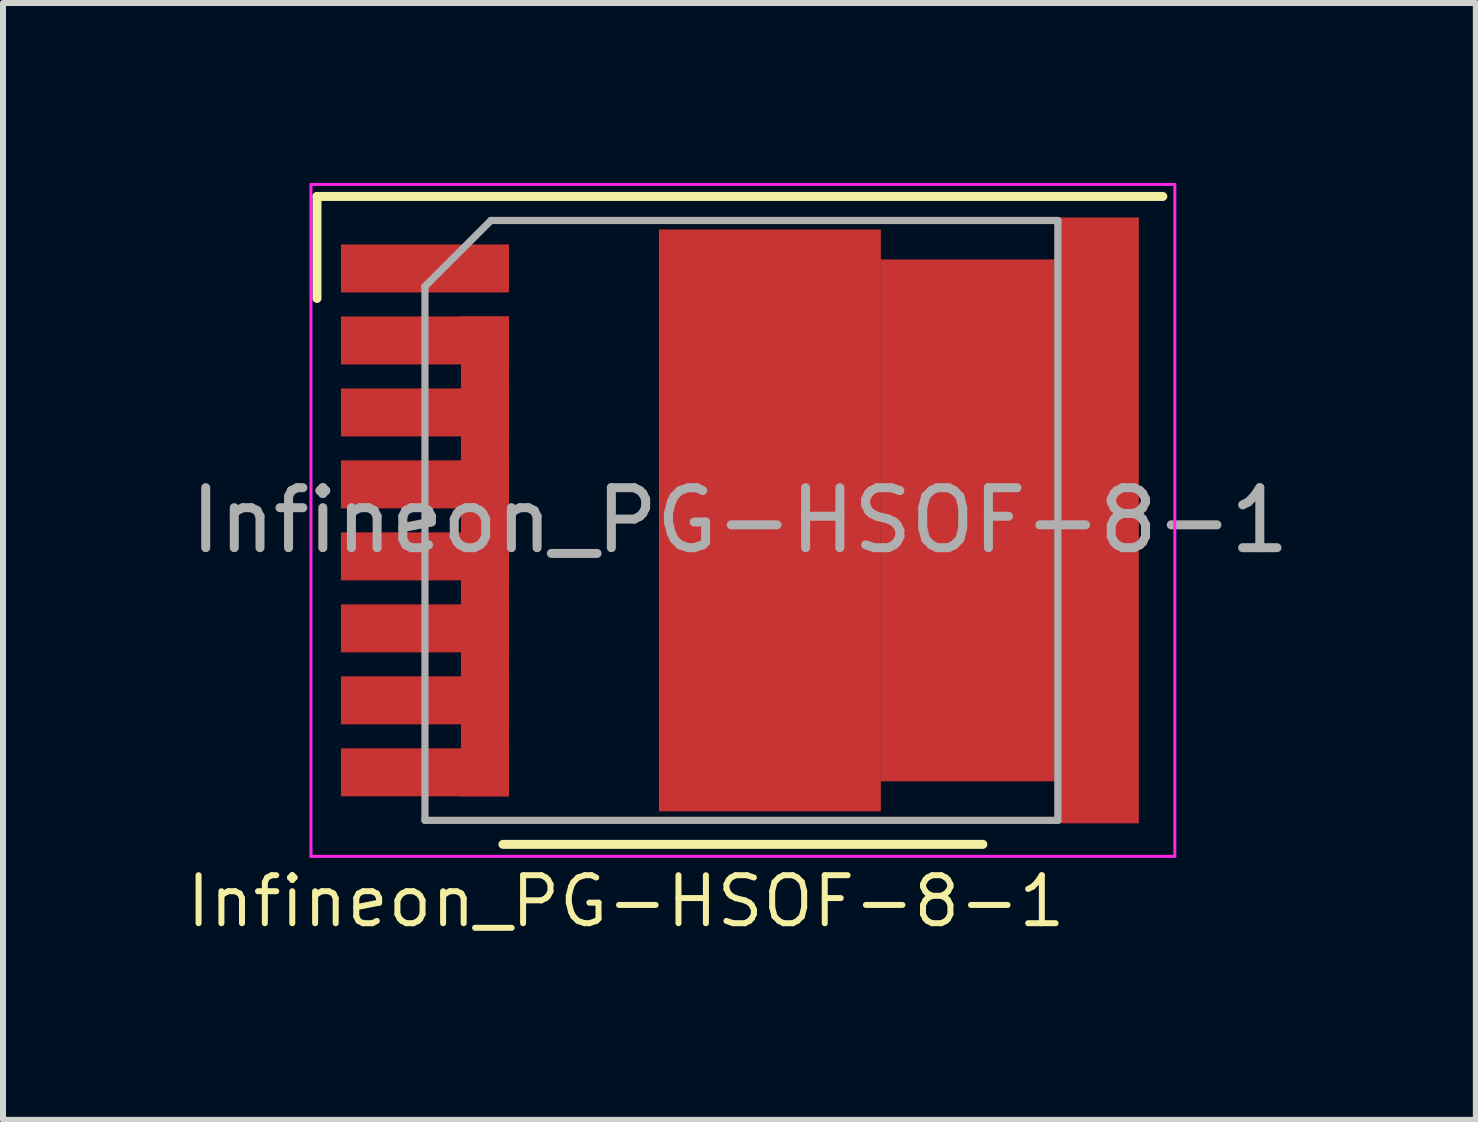
<source format=kicad_pcb>
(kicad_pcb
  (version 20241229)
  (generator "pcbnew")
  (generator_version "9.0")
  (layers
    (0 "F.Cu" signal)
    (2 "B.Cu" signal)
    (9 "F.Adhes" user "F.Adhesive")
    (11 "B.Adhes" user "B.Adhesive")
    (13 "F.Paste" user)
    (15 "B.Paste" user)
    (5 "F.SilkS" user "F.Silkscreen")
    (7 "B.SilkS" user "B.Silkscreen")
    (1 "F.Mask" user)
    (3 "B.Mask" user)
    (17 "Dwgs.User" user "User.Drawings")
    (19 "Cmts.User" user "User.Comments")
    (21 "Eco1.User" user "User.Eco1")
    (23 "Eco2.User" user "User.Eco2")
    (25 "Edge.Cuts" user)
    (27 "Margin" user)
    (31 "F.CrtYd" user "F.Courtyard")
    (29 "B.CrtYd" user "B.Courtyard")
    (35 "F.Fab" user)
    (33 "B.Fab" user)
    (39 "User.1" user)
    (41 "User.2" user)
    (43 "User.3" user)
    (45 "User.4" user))
  (footprint "Infineon_PG-HSOF-8-1"
    (layer "F.Cu")
    (at 9.284 5.625)
    (property "Reference" "Infineon_PG-HSOF-8-1" (at -1.9 6.35 0) (layer "F.SilkS") (effects (font (size 0.8 0.8) (thickness 0.1))))
    (attr smd)
    (fp_line (start -7.05 -5.4) (end -7.05 -3.7) (stroke (width 0.15) (type solid)) (layer "F.SilkS"))
    (fp_line (start -3.95 5.4) (end 4.05 5.4) (stroke (width 0.15) (type solid)) (layer "F.SilkS"))
    (fp_line (start 7.05 -5.4) (end -7.05 -5.4) (stroke (width 0.15) (type solid)) (layer "F.SilkS"))
    (fp_line (start -7.15 5.6) (end -7.15 -5.6) (stroke (width 0.05) (type solid)) (layer "F.CrtYd"))
    (fp_line (start -7.15 5.6) (end 7.25 5.6) (stroke (width 0.05) (type solid)) (layer "F.CrtYd"))
    (fp_line (start 7.25 -5.6) (end -7.15 -5.6) (stroke (width 0.05) (type solid)) (layer "F.CrtYd"))
    (fp_line (start 7.25 -5.6) (end 7.25 5.6) (stroke (width 0.05) (type solid)) (layer "F.CrtYd"))
    (fp_line (start -5.25 -3.9) (end -5.25 -3.9) (stroke (width 0.12) (type solid)) (layer "F.Fab"))
    (fp_line (start -5.25 5) (end -5.25 -3.9) (stroke (width 0.12) (type solid)) (layer "F.Fab"))
    (fp_line (start -4.15 -5) (end -5.25 -3.9) (stroke (width 0.12) (type solid)) (layer "F.Fab"))
    (fp_line (start -4.15 -5) (end 5.3 -5) (stroke (width 0.12) (type solid)) (layer "F.Fab"))
    (fp_line (start 5.3 -5) (end 5.3 5) (stroke (width 0.12) (type solid)) (layer "F.Fab"))
    (fp_line (start 5.3 5) (end -5.25 5) (stroke (width 0.12) (type solid)) (layer "F.Fab"))
    (fp_text user "${REFERENCE}" (at 0 0 0) (layer "F.Fab") (effects (font (size 1 1) (thickness 0.15))))
    (pad "1" smd rect (at -5.25 -4.2 270) (size 0.8 2.8) (layers "F.Cu" "F.Mask" "F.Paste"))
    (pad "2" smd rect (at -5.25 -3 270) (size 0.8 2.8) (layers "F.Cu" "F.Mask" "F.Paste"))
    (pad "2" smd rect (at -4.25 0.6 270) (size 8 0.8) (layers "F.Cu" "F.Mask"))
    (pad "3" smd rect (at -5.25 -1.8 270) (size 0.8 2.8) (layers "F.Cu" "F.Mask" "F.Paste"))
    (pad "4" smd rect (at -5.25 -0.6 270) (size 0.8 2.8) (layers "F.Cu" "F.Mask" "F.Paste"))
    (pad "5" smd rect (at -5.25 0.6 270) (size 0.8 2.8) (layers "F.Cu" "F.Mask" "F.Paste"))
    (pad "6" smd rect (at -5.25 1.8 270) (size 0.8 2.8) (layers "F.Cu" "F.Mask" "F.Paste"))
    (pad "7" smd rect (at -5.25 3 270) (size 0.8 2.8) (layers "F.Cu" "F.Mask" "F.Paste"))
    (pad "8" smd rect (at -5.25 4.2 270) (size 0.8 2.8) (layers "F.Cu" "F.Mask" "F.Paste"))
    (pad "9" smd rect (at 0.5 0 270) (size 9.7 3.7) (layers "F.Cu" "F.Mask" "F.Paste"))
    (pad "9" smd rect (at 3.8 0 270) (size 8.7 2.9) (layers "F.Cu" "F.Mask" "F.Paste"))
    (pad "9" smd rect (at 5.95 0 270) (size 10.1 1.4) (layers "F.Cu" "F.Mask" "F.Paste")))
  (gr_rect
    (start -3 -3)
    (end 21.552 15.618)
    (stroke (width 0.1) (type default))
    (fill no)
    (layer "Edge.Cuts")))
</source>
